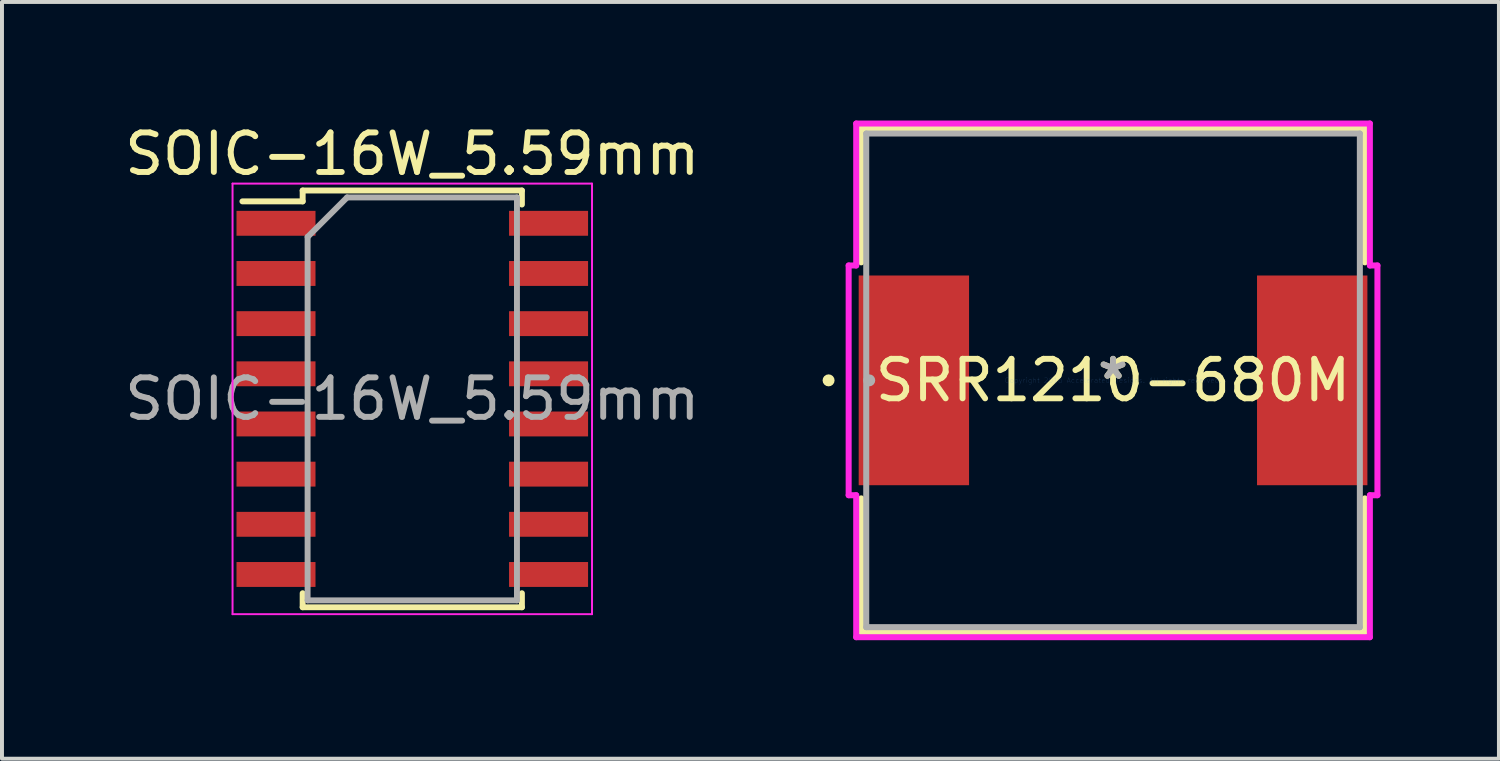
<source format=kicad_pcb>
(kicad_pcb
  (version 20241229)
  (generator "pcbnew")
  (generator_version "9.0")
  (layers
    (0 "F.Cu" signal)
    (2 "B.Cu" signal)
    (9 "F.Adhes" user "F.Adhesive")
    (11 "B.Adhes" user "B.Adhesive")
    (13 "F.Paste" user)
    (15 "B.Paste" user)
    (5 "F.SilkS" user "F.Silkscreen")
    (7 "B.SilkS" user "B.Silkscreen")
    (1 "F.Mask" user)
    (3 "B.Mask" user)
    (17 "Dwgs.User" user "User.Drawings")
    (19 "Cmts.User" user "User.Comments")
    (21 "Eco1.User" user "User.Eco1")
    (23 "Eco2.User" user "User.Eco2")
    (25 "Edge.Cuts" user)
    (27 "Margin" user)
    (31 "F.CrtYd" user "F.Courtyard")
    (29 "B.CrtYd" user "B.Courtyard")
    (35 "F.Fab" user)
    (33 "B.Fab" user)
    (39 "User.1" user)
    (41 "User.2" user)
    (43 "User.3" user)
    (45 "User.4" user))
  (footprint "SRR1210-680M"
    (layer "F.Cu")
    (at 25.127 6.579)
    (property "Reference" "SRR1210-680M" (at 0 0 0) (layer "F.SilkS") (effects (font (size 1 1) (thickness 0.15))))
    (attr through_hole)
    (fp_line (start -6.375 -6.375) (end -6.375 -2.987) (stroke (width 0.152) (type solid)) (layer "F.SilkS"))
    (fp_line (start -6.375 2.987) (end -6.375 6.375) (stroke (width 0.152) (type solid)) (layer "F.SilkS"))
    (fp_line (start -6.375 6.375) (end 6.375 6.375) (stroke (width 0.152) (type solid)) (layer "F.SilkS"))
    (fp_line (start 6.375 -6.375) (end -6.375 -6.375) (stroke (width 0.152) (type solid)) (layer "F.SilkS"))
    (fp_line (start 6.375 -2.987) (end 6.375 -6.375) (stroke (width 0.152) (type solid)) (layer "F.SilkS"))
    (fp_line (start 6.375 6.375) (end 6.375 2.987) (stroke (width 0.152) (type solid)) (layer "F.SilkS"))
    (fp_circle (center -7.201 0) (end -7.125 0) (stroke (width 0.152) (type solid)) (fill no) (layer "F.SilkS"))
    (fp_line (start -6.693 -2.908) (end -6.502 -2.908) (stroke (width 0.152) (type solid)) (layer "F.CrtYd"))
    (fp_line (start -6.693 2.908) (end -6.693 -2.908) (stroke (width 0.152) (type solid)) (layer "F.CrtYd"))
    (fp_line (start -6.502 -6.502) (end 6.502 -6.502) (stroke (width 0.152) (type solid)) (layer "F.CrtYd"))
    (fp_line (start -6.502 -2.908) (end -6.502 -6.502) (stroke (width 0.152) (type solid)) (layer "F.CrtYd"))
    (fp_line (start -6.502 2.908) (end -6.693 2.908) (stroke (width 0.152) (type solid)) (layer "F.CrtYd"))
    (fp_line (start -6.502 6.502) (end -6.502 2.908) (stroke (width 0.152) (type solid)) (layer "F.CrtYd"))
    (fp_line (start 6.502 -6.502) (end 6.502 -2.908) (stroke (width 0.152) (type solid)) (layer "F.CrtYd"))
    (fp_line (start 6.502 -2.908) (end 6.693 -2.908) (stroke (width 0.152) (type solid)) (layer "F.CrtYd"))
    (fp_line (start 6.502 2.908) (end 6.502 6.502) (stroke (width 0.152) (type solid)) (layer "F.CrtYd"))
    (fp_line (start 6.502 6.502) (end -6.502 6.502) (stroke (width 0.152) (type solid)) (layer "F.CrtYd"))
    (fp_line (start 6.693 -2.908) (end 6.693 2.908) (stroke (width 0.152) (type solid)) (layer "F.CrtYd"))
    (fp_line (start 6.693 2.908) (end 6.502 2.908) (stroke (width 0.152) (type solid)) (layer "F.CrtYd"))
    (fp_line (start -6.248 -6.248) (end -6.248 6.248) (stroke (width 0.152) (type solid)) (layer "F.Fab"))
    (fp_line (start -6.248 6.248) (end 6.248 6.248) (stroke (width 0.152) (type solid)) (layer "F.Fab"))
    (fp_line (start 6.248 -6.248) (end -6.248 -6.248) (stroke (width 0.152) (type solid)) (layer "F.Fab"))
    (fp_line (start 6.248 6.248) (end 6.248 -6.248) (stroke (width 0.152) (type solid)) (layer "F.Fab"))
    (fp_circle (center -6.172 0) (end -6.096 0) (stroke (width 0.152) (type solid)) (fill no) (layer "F.Fab"))
    (fp_text user "*" (at 0 0 0) (layer "F.SilkS") (effects (font (size 1 1) (thickness 0.15))))
    (fp_text user "Copyright 2016 Accelerated Designs. All rights reserved." (at 0 0 0) (layer "Cmts.User") (effects (font (size 0.127 0.127) (thickness 0.002))))
    (fp_text user "*" (at 0 0 0) (layer "F.Fab") (effects (font (size 1 1) (thickness 0.15))))
    (pad "1" smd rect (at -5.042 0) (size 2.794 5.309) (layers "F.Cu" "F.Mask" "F.Paste"))
    (pad "2" smd rect (at 5.042 0) (size 2.794 5.309) (layers "F.Cu" "F.Mask" "F.Paste")))
  (footprint "SOIC-16W_5.59mm"
    (layer "F.Cu")
    (at 7.387 7.048)
    (property "Reference" "SOIC-16W_5.59mm" (at 0 -6.2 0) (layer "F.SilkS") (effects (font (size 1 1) (thickness 0.15))))
    (attr smd)
    (fp_line (start -2.775 -5.275) (end -2.775 -5) (stroke (width 0.15) (type solid)) (layer "F.SilkS"))
    (fp_line (start -2.775 -5.275) (end 2.775 -5.275) (stroke (width 0.15) (type solid)) (layer "F.SilkS"))
    (fp_line (start -2.775 -5) (end -4.3 -5) (stroke (width 0.15) (type solid)) (layer "F.SilkS"))
    (fp_line (start -2.775 5.275) (end -2.775 4.92) (stroke (width 0.15) (type solid)) (layer "F.SilkS"))
    (fp_line (start -2.775 5.275) (end 2.775 5.275) (stroke (width 0.15) (type solid)) (layer "F.SilkS"))
    (fp_line (start 2.775 -5.275) (end 2.775 -4.92) (stroke (width 0.15) (type solid)) (layer "F.SilkS"))
    (fp_line (start 2.775 5.275) (end 2.775 4.92) (stroke (width 0.15) (type solid)) (layer "F.SilkS"))
    (fp_line (start -4.55 -5.45) (end -4.55 5.45) (stroke (width 0.05) (type solid)) (layer "F.CrtYd"))
    (fp_line (start -4.55 -5.45) (end 4.55 -5.45) (stroke (width 0.05) (type solid)) (layer "F.CrtYd"))
    (fp_line (start -4.55 5.45) (end 4.55 5.45) (stroke (width 0.05) (type solid)) (layer "F.CrtYd"))
    (fp_line (start 4.55 -5.45) (end 4.55 5.45) (stroke (width 0.05) (type solid)) (layer "F.CrtYd"))
    (fp_line (start -2.65 -4.1) (end -1.65 -5.1) (stroke (width 0.15) (type solid)) (layer "F.Fab"))
    (fp_line (start -2.65 5.1) (end -2.65 -4.1) (stroke (width 0.15) (type solid)) (layer "F.Fab"))
    (fp_line (start -1.65 -5.1) (end 2.65 -5.1) (stroke (width 0.15) (type solid)) (layer "F.Fab"))
    (fp_line (start 2.65 -5.1) (end 2.65 5.1) (stroke (width 0.15) (type solid)) (layer "F.Fab"))
    (fp_line (start 2.65 5.1) (end -2.65 5.1) (stroke (width 0.15) (type solid)) (layer "F.Fab"))
    (fp_text user "${REFERENCE}" (at 0 0 0) (layer "F.Fab") (effects (font (size 1 1) (thickness 0.15))))
    (pad "1" smd rect (at -3.45 -4.445) (size 2 0.63) (layers "F.Cu" "F.Mask" "F.Paste"))
    (pad "2" smd rect (at -3.45 -3.175) (size 2 0.63) (layers "F.Cu" "F.Mask" "F.Paste"))
    (pad "3" smd rect (at -3.45 -1.905) (size 2 0.63) (layers "F.Cu" "F.Mask" "F.Paste"))
    (pad "4" smd rect (at -3.45 -0.635) (size 2 0.63) (layers "F.Cu" "F.Mask" "F.Paste"))
    (pad "5" smd rect (at -3.45 0.635) (size 2 0.63) (layers "F.Cu" "F.Mask" "F.Paste"))
    (pad "6" smd rect (at -3.45 1.905) (size 2 0.63) (layers "F.Cu" "F.Mask" "F.Paste"))
    (pad "7" smd rect (at -3.45 3.175) (size 2 0.63) (layers "F.Cu" "F.Mask" "F.Paste"))
    (pad "8" smd rect (at -3.45 4.445) (size 2 0.63) (layers "F.Cu" "F.Mask" "F.Paste"))
    (pad "9" smd rect (at 3.45 4.445) (size 2 0.63) (layers "F.Cu" "F.Mask" "F.Paste"))
    (pad "10" smd rect (at 3.45 3.175) (size 2 0.63) (layers "F.Cu" "F.Mask" "F.Paste"))
    (pad "11" smd rect (at 3.45 1.905) (size 2 0.63) (layers "F.Cu" "F.Mask" "F.Paste"))
    (pad "12" smd rect (at 3.45 0.635) (size 2 0.63) (layers "F.Cu" "F.Mask" "F.Paste"))
    (pad "13" smd rect (at 3.45 -0.635) (size 2 0.63) (layers "F.Cu" "F.Mask" "F.Paste"))
    (pad "14" smd rect (at 3.45 -1.905) (size 2 0.63) (layers "F.Cu" "F.Mask" "F.Paste"))
    (pad "15" smd rect (at 3.45 -3.175) (size 2 0.63) (layers "F.Cu" "F.Mask" "F.Paste"))
    (pad "16" smd rect (at 3.45 -4.445) (size 2 0.63) (layers "F.Cu" "F.Mask" "F.Paste")))
  (gr_rect
    (start -3 -3)
    (end 34.896 16.157)
    (stroke (width 0.1) (type default))
    (fill no)
    (layer "Edge.Cuts")))
</source>
